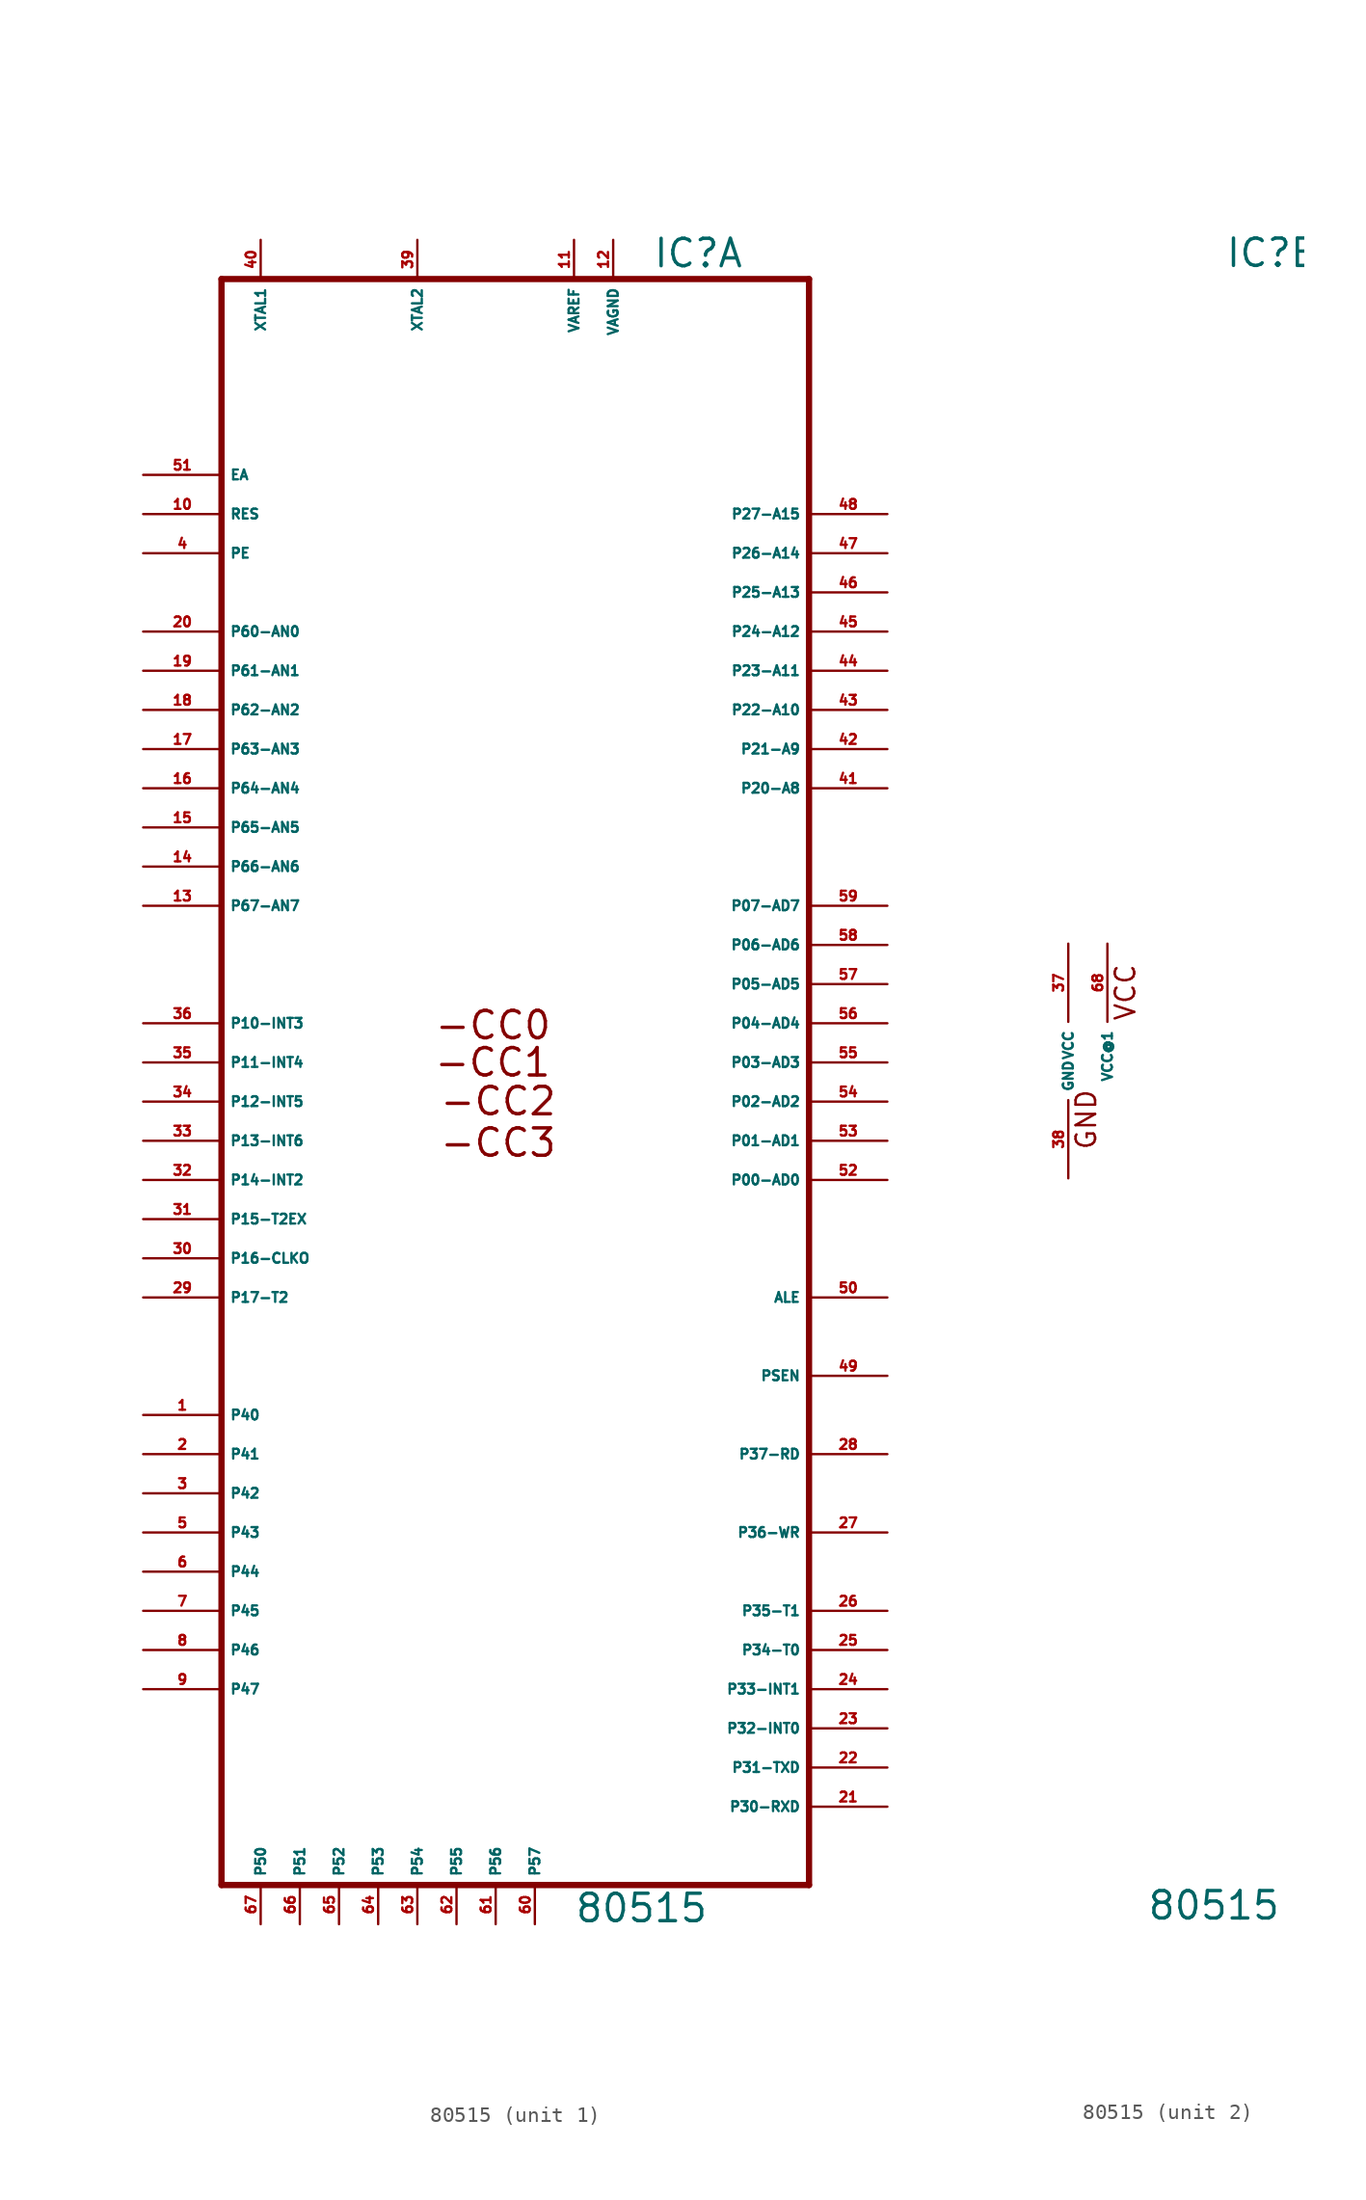
<source format=kicad_sym>
(kicad_symbol_lib
  (version 20220914)
  (generator Eagle2Kicad)
  (symbol "80515"
    (property "Reference" "IC"
      (at 10.16 51.435 0)
      (effects (font (size 1.778 1.778) (thickness 0.22)) (justify left bottom)))
    (property "Value" "80515"
      (at 5.08 -55.88 0)
      (effects (font (size 1.778 1.778) (thickness 0.22)) (justify left bottom)))
    (symbol "80515_1_0"
      (polyline (pts (xy 20.32 50.8) (xy 20.32 -53.34)) (stroke (width 0.406) (type default)) (fill (type none)))
      (polyline (pts (xy -17.78 -53.34) (xy 20.32 -53.34)) (stroke (width 0.406) (type default)) (fill (type none)))
      (polyline (pts (xy -17.78 -53.34) (xy -17.78 50.8)) (stroke (width 0.406) (type default)) (fill (type none)))
      (polyline (pts (xy 20.32 50.8) (xy -17.78 50.8)) (stroke (width 0.406) (type default)) (fill (type none)))
      (text "-CC0" (at -4.039 1.372 0) (effects (font (size 1.778 1.778) (thickness 0.22)) (justify left bottom)))
      (text "-CC1" (at -4.064 -1.041 0) (effects (font (size 1.778 1.778) (thickness 0.22)) (justify left bottom)))
      (text "-CC2" (at -3.708 -3.556 0) (effects (font (size 1.778 1.778) (thickness 0.22)) (justify left bottom)))
      (text "-CC3" (at -3.708 -6.248 0) (effects (font (size 1.778 1.778) (thickness 0.22)) (justify left bottom)))
      (pin input line (at -5.08 53.34 270) (length 2.54) (name "XTAL2" (effects (font (size 0.635 0.635) (thickness 0.08)) (justify left bottom))) (number "39" (effects (font (size 0.635 0.635) (thickness 0.08)) (justify left bottom))))
      (pin input line (at -15.24 53.34 270) (length 2.54) (name "XTAL1" (effects (font (size 0.635 0.635) (thickness 0.08)) (justify left bottom))) (number "40" (effects (font (size 0.635 0.635) (thickness 0.08)) (justify left bottom))))
      (pin input line (at -22.86 38.1 0) (length 5.08) (name "EA" (effects (font (size 0.635 0.635) (thickness 0.08)) (justify left bottom))) (number "51" (effects (font (size 0.635 0.635) (thickness 0.08)) (justify left bottom))))
      (pin bidirectional line (at 25.4 35.56 180) (length 5.08) (name "P27-A15" (effects (font (size 0.635 0.635) (thickness 0.08)) (justify left bottom))) (number "48" (effects (font (size 0.635 0.635) (thickness 0.08)) (justify left bottom))))
      (pin bidirectional line (at 25.4 33.02 180) (length 5.08) (name "P26-A14" (effects (font (size 0.635 0.635) (thickness 0.08)) (justify left bottom))) (number "47" (effects (font (size 0.635 0.635) (thickness 0.08)) (justify left bottom))))
      (pin bidirectional line (at 25.4 30.48 180) (length 5.08) (name "P25-A13" (effects (font (size 0.635 0.635) (thickness 0.08)) (justify left bottom))) (number "46" (effects (font (size 0.635 0.635) (thickness 0.08)) (justify left bottom))))
      (pin bidirectional line (at 25.4 27.94 180) (length 5.08) (name "P24-A12" (effects (font (size 0.635 0.635) (thickness 0.08)) (justify left bottom))) (number "45" (effects (font (size 0.635 0.635) (thickness 0.08)) (justify left bottom))))
      (pin bidirectional line (at 25.4 25.4 180) (length 5.08) (name "P23-A11" (effects (font (size 0.635 0.635) (thickness 0.08)) (justify left bottom))) (number "44" (effects (font (size 0.635 0.635) (thickness 0.08)) (justify left bottom))))
      (pin bidirectional line (at 25.4 22.86 180) (length 5.08) (name "P22-A10" (effects (font (size 0.635 0.635) (thickness 0.08)) (justify left bottom))) (number "43" (effects (font (size 0.635 0.635) (thickness 0.08)) (justify left bottom))))
      (pin bidirectional line (at 25.4 20.32 180) (length 5.08) (name "P21-A9" (effects (font (size 0.635 0.635) (thickness 0.08)) (justify left bottom))) (number "42" (effects (font (size 0.635 0.635) (thickness 0.08)) (justify left bottom))))
      (pin bidirectional line (at 25.4 17.78 180) (length 5.08) (name "P20-A8" (effects (font (size 0.635 0.635) (thickness 0.08)) (justify left bottom))) (number "41" (effects (font (size 0.635 0.635) (thickness 0.08)) (justify left bottom))))
      (pin bidirectional line (at 25.4 10.16 180) (length 5.08) (name "P07-AD7" (effects (font (size 0.635 0.635) (thickness 0.08)) (justify left bottom))) (number "59" (effects (font (size 0.635 0.635) (thickness 0.08)) (justify left bottom))))
      (pin bidirectional line (at 25.4 7.62 180) (length 5.08) (name "P06-AD6" (effects (font (size 0.635 0.635) (thickness 0.08)) (justify left bottom))) (number "58" (effects (font (size 0.635 0.635) (thickness 0.08)) (justify left bottom))))
      (pin bidirectional line (at 25.4 5.08 180) (length 5.08) (name "P05-AD5" (effects (font (size 0.635 0.635) (thickness 0.08)) (justify left bottom))) (number "57" (effects (font (size 0.635 0.635) (thickness 0.08)) (justify left bottom))))
      (pin bidirectional line (at 25.4 2.54 180) (length 5.08) (name "P04-AD4" (effects (font (size 0.635 0.635) (thickness 0.08)) (justify left bottom))) (number "56" (effects (font (size 0.635 0.635) (thickness 0.08)) (justify left bottom))))
      (pin bidirectional line (at 25.4 0 180) (length 5.08) (name "P03-AD3" (effects (font (size 0.635 0.635) (thickness 0.08)) (justify left bottom))) (number "55" (effects (font (size 0.635 0.635) (thickness 0.08)) (justify left bottom))))
      (pin bidirectional line (at 25.4 -2.54 180) (length 5.08) (name "P02-AD2" (effects (font (size 0.635 0.635) (thickness 0.08)) (justify left bottom))) (number "54" (effects (font (size 0.635 0.635) (thickness 0.08)) (justify left bottom))))
      (pin bidirectional line (at 25.4 -5.08 180) (length 5.08) (name "P01-AD1" (effects (font (size 0.635 0.635) (thickness 0.08)) (justify left bottom))) (number "53" (effects (font (size 0.635 0.635) (thickness 0.08)) (justify left bottom))))
      (pin bidirectional line (at 25.4 -7.62 180) (length 5.08) (name "P00-AD0" (effects (font (size 0.635 0.635) (thickness 0.08)) (justify left bottom))) (number "52" (effects (font (size 0.635 0.635) (thickness 0.08)) (justify left bottom))))
      (pin output line (at 25.4 -15.24 180) (length 5.08) (name "ALE" (effects (font (size 0.635 0.635) (thickness 0.08)) (justify left bottom))) (number "50" (effects (font (size 0.635 0.635) (thickness 0.08)) (justify left bottom))))
      (pin output line (at 25.4 -20.32 180) (length 5.08) (name "PSEN" (effects (font (size 0.635 0.635) (thickness 0.08)) (justify left bottom))) (number "49" (effects (font (size 0.635 0.635) (thickness 0.08)) (justify left bottom))))
      (pin bidirectional line (at 25.4 -25.4 180) (length 5.08) (name "P37-RD" (effects (font (size 0.635 0.635) (thickness 0.08)) (justify left bottom))) (number "28" (effects (font (size 0.635 0.635) (thickness 0.08)) (justify left bottom))))
      (pin bidirectional line (at 25.4 -30.48 180) (length 5.08) (name "P36-WR" (effects (font (size 0.635 0.635) (thickness 0.08)) (justify left bottom))) (number "27" (effects (font (size 0.635 0.635) (thickness 0.08)) (justify left bottom))))
      (pin bidirectional line (at -22.86 0 0) (length 5.08) (name "P11-INT4" (effects (font (size 0.635 0.635) (thickness 0.08)) (justify left bottom))) (number "35" (effects (font (size 0.635 0.635) (thickness 0.08)) (justify left bottom))))
      (pin input line (at -22.86 35.56 0) (length 5.08) (name "RES" (effects (font (size 0.635 0.635) (thickness 0.08)) (justify left bottom))) (number "10" (effects (font (size 0.635 0.635) (thickness 0.08)) (justify left bottom))))
      (pin bidirectional line (at -22.86 -5.08 0) (length 5.08) (name "P13-INT6" (effects (font (size 0.635 0.635) (thickness 0.08)) (justify left bottom))) (number "33" (effects (font (size 0.635 0.635) (thickness 0.08)) (justify left bottom))))
      (pin bidirectional line (at -22.86 -7.62 0) (length 5.08) (name "P14-INT2" (effects (font (size 0.635 0.635) (thickness 0.08)) (justify left bottom))) (number "32" (effects (font (size 0.635 0.635) (thickness 0.08)) (justify left bottom))))
      (pin bidirectional line (at -22.86 -10.16 0) (length 5.08) (name "P15-T2EX" (effects (font (size 0.635 0.635) (thickness 0.08)) (justify left bottom))) (number "31" (effects (font (size 0.635 0.635) (thickness 0.08)) (justify left bottom))))
      (pin bidirectional line (at -22.86 -12.7 0) (length 5.08) (name "P16-CLKO" (effects (font (size 0.635 0.635) (thickness 0.08)) (justify left bottom))) (number "30" (effects (font (size 0.635 0.635) (thickness 0.08)) (justify left bottom))))
      (pin bidirectional line (at -22.86 -15.24 0) (length 5.08) (name "P17-T2" (effects (font (size 0.635 0.635) (thickness 0.08)) (justify left bottom))) (number "29" (effects (font (size 0.635 0.635) (thickness 0.08)) (justify left bottom))))
      (pin bidirectional line (at 25.4 -48.26 180) (length 5.08) (name "P30-RXD" (effects (font (size 0.635 0.635) (thickness 0.08)) (justify left bottom))) (number "21" (effects (font (size 0.635 0.635) (thickness 0.08)) (justify left bottom))))
      (pin bidirectional line (at 25.4 -45.72 180) (length 5.08) (name "P31-TXD" (effects (font (size 0.635 0.635) (thickness 0.08)) (justify left bottom))) (number "22" (effects (font (size 0.635 0.635) (thickness 0.08)) (justify left bottom))))
      (pin bidirectional line (at 25.4 -43.18 180) (length 5.08) (name "P32-INT0" (effects (font (size 0.635 0.635) (thickness 0.08)) (justify left bottom))) (number "23" (effects (font (size 0.635 0.635) (thickness 0.08)) (justify left bottom))))
      (pin bidirectional line (at 25.4 -40.64 180) (length 5.08) (name "P33-INT1" (effects (font (size 0.635 0.635) (thickness 0.08)) (justify left bottom))) (number "24" (effects (font (size 0.635 0.635) (thickness 0.08)) (justify left bottom))))
      (pin bidirectional line (at 25.4 -38.1 180) (length 5.08) (name "P34-T0" (effects (font (size 0.635 0.635) (thickness 0.08)) (justify left bottom))) (number "25" (effects (font (size 0.635 0.635) (thickness 0.08)) (justify left bottom))))
      (pin bidirectional line (at 25.4 -35.56 180) (length 5.08) (name "P35-T1" (effects (font (size 0.635 0.635) (thickness 0.08)) (justify left bottom))) (number "26" (effects (font (size 0.635 0.635) (thickness 0.08)) (justify left bottom))))
      (pin bidirectional line (at -22.86 -2.54 0) (length 5.08) (name "P12-INT5" (effects (font (size 0.635 0.635) (thickness 0.08)) (justify left bottom))) (number "34" (effects (font (size 0.635 0.635) (thickness 0.08)) (justify left bottom))))
      (pin bidirectional line (at -22.86 2.54 0) (length 5.08) (name "P10-INT3" (effects (font (size 0.635 0.635) (thickness 0.08)) (justify left bottom))) (number "36" (effects (font (size 0.635 0.635) (thickness 0.08)) (justify left bottom))))
      (pin bidirectional line (at 0 -55.88 90) (length 2.54) (name "P56" (effects (font (size 0.635 0.635) (thickness 0.08)) (justify left bottom))) (number "61" (effects (font (size 0.635 0.635) (thickness 0.08)) (justify left bottom))))
      (pin bidirectional line (at -2.54 -55.88 90) (length 2.54) (name "P55" (effects (font (size 0.635 0.635) (thickness 0.08)) (justify left bottom))) (number "62" (effects (font (size 0.635 0.635) (thickness 0.08)) (justify left bottom))))
      (pin bidirectional line (at -5.08 -55.88 90) (length 2.54) (name "P54" (effects (font (size 0.635 0.635) (thickness 0.08)) (justify left bottom))) (number "63" (effects (font (size 0.635 0.635) (thickness 0.08)) (justify left bottom))))
      (pin bidirectional line (at -7.62 -55.88 90) (length 2.54) (name "P53" (effects (font (size 0.635 0.635) (thickness 0.08)) (justify left bottom))) (number "64" (effects (font (size 0.635 0.635) (thickness 0.08)) (justify left bottom))))
      (pin bidirectional line (at -10.16 -55.88 90) (length 2.54) (name "P52" (effects (font (size 0.635 0.635) (thickness 0.08)) (justify left bottom))) (number "65" (effects (font (size 0.635 0.635) (thickness 0.08)) (justify left bottom))))
      (pin bidirectional line (at -12.7 -55.88 90) (length 2.54) (name "P51" (effects (font (size 0.635 0.635) (thickness 0.08)) (justify left bottom))) (number "66" (effects (font (size 0.635 0.635) (thickness 0.08)) (justify left bottom))))
      (pin bidirectional line (at -15.24 -55.88 90) (length 2.54) (name "P50" (effects (font (size 0.635 0.635) (thickness 0.08)) (justify left bottom))) (number "67" (effects (font (size 0.635 0.635) (thickness 0.08)) (justify left bottom))))
      (pin input line (at -22.86 27.94 0) (length 5.08) (name "P60-AN0" (effects (font (size 0.635 0.635) (thickness 0.08)) (justify left bottom))) (number "20" (effects (font (size 0.635 0.635) (thickness 0.08)) (justify left bottom))))
      (pin input line (at -22.86 25.4 0) (length 5.08) (name "P61-AN1" (effects (font (size 0.635 0.635) (thickness 0.08)) (justify left bottom))) (number "19" (effects (font (size 0.635 0.635) (thickness 0.08)) (justify left bottom))))
      (pin input line (at -22.86 22.86 0) (length 5.08) (name "P62-AN2" (effects (font (size 0.635 0.635) (thickness 0.08)) (justify left bottom))) (number "18" (effects (font (size 0.635 0.635) (thickness 0.08)) (justify left bottom))))
      (pin input line (at -22.86 20.32 0) (length 5.08) (name "P63-AN3" (effects (font (size 0.635 0.635) (thickness 0.08)) (justify left bottom))) (number "17" (effects (font (size 0.635 0.635) (thickness 0.08)) (justify left bottom))))
      (pin input line (at -22.86 17.78 0) (length 5.08) (name "P64-AN4" (effects (font (size 0.635 0.635) (thickness 0.08)) (justify left bottom))) (number "16" (effects (font (size 0.635 0.635) (thickness 0.08)) (justify left bottom))))
      (pin input line (at -22.86 15.24 0) (length 5.08) (name "P65-AN5" (effects (font (size 0.635 0.635) (thickness 0.08)) (justify left bottom))) (number "15" (effects (font (size 0.635 0.635) (thickness 0.08)) (justify left bottom))))
      (pin input line (at -22.86 12.7 0) (length 5.08) (name "P66-AN6" (effects (font (size 0.635 0.635) (thickness 0.08)) (justify left bottom))) (number "14" (effects (font (size 0.635 0.635) (thickness 0.08)) (justify left bottom))))
      (pin input line (at -22.86 10.16 0) (length 5.08) (name "P67-AN7" (effects (font (size 0.635 0.635) (thickness 0.08)) (justify left bottom))) (number "13" (effects (font (size 0.635 0.635) (thickness 0.08)) (justify left bottom))))
      (pin bidirectional line (at -22.86 -22.86 0) (length 5.08) (name "P40" (effects (font (size 0.635 0.635) (thickness 0.08)) (justify left bottom))) (number "1" (effects (font (size 0.635 0.635) (thickness 0.08)) (justify left bottom))))
      (pin bidirectional line (at -22.86 -25.4 0) (length 5.08) (name "P41" (effects (font (size 0.635 0.635) (thickness 0.08)) (justify left bottom))) (number "2" (effects (font (size 0.635 0.635) (thickness 0.08)) (justify left bottom))))
      (pin bidirectional line (at -22.86 -27.94 0) (length 5.08) (name "P42" (effects (font (size 0.635 0.635) (thickness 0.08)) (justify left bottom))) (number "3" (effects (font (size 0.635 0.635) (thickness 0.08)) (justify left bottom))))
      (pin bidirectional line (at -22.86 -30.48 0) (length 5.08) (name "P43" (effects (font (size 0.635 0.635) (thickness 0.08)) (justify left bottom))) (number "5" (effects (font (size 0.635 0.635) (thickness 0.08)) (justify left bottom))))
      (pin bidirectional line (at -22.86 -33.02 0) (length 5.08) (name "P44" (effects (font (size 0.635 0.635) (thickness 0.08)) (justify left bottom))) (number "6" (effects (font (size 0.635 0.635) (thickness 0.08)) (justify left bottom))))
      (pin bidirectional line (at -22.86 -35.56 0) (length 5.08) (name "P45" (effects (font (size 0.635 0.635) (thickness 0.08)) (justify left bottom))) (number "7" (effects (font (size 0.635 0.635) (thickness 0.08)) (justify left bottom))))
      (pin bidirectional line (at -22.86 -38.1 0) (length 5.08) (name "P46" (effects (font (size 0.635 0.635) (thickness 0.08)) (justify left bottom))) (number "8" (effects (font (size 0.635 0.635) (thickness 0.08)) (justify left bottom))))
      (pin bidirectional line (at -22.86 -40.64 0) (length 5.08) (name "P47" (effects (font (size 0.635 0.635) (thickness 0.08)) (justify left bottom))) (number "9" (effects (font (size 0.635 0.635) (thickness 0.08)) (justify left bottom))))
      (pin bidirectional line (at 2.54 -55.88 90) (length 2.54) (name "P57" (effects (font (size 0.635 0.635) (thickness 0.08)) (justify left bottom))) (number "60" (effects (font (size 0.635 0.635) (thickness 0.08)) (justify left bottom))))
      (pin input line (at -22.86 33.02 0) (length 5.08) (name "PE" (effects (font (size 0.635 0.635) (thickness 0.08)) (justify left bottom))) (number "4" (effects (font (size 0.635 0.635) (thickness 0.08)) (justify left bottom))))
      (pin unspecified line (at 7.62 53.34 270) (length 2.54) (name "VAGND" (effects (font (size 0.635 0.635) (thickness 0.08)) (justify left bottom))) (number "12" (effects (font (size 0.635 0.635) (thickness 0.08)) (justify left bottom))))
      (pin unspecified line (at 5.08 53.34 270) (length 2.54) (name "VAREF" (effects (font (size 0.635 0.635) (thickness 0.08)) (justify left bottom))) (number "11" (effects (font (size 0.635 0.635) (thickness 0.08)) (justify left bottom)))))
    (symbol "80515_2_0"
      (text "VCC" (at 4.445 2.54 900) (effects (font (size 1.27 1.27) (thickness 0.16)) (justify left bottom)))
      (text "GND" (at 1.905 -5.842 900) (effects (font (size 1.27 1.27) (thickness 0.16)) (justify left bottom)))
      (pin unspecified line (at 0 7.62 270) (length 5.08) (name "VCC" (effects (font (size 0.635 0.635) (thickness 0.08)) (justify left bottom))) (number "37" (effects (font (size 0.635 0.635) (thickness 0.08)) (justify left bottom))))
      (pin unspecified line (at 0 -7.62 90) (length 5.08) (name "GND" (effects (font (size 0.635 0.635) (thickness 0.08)) (justify left bottom))) (number "38" (effects (font (size 0.635 0.635) (thickness 0.08)) (justify left bottom))))
      (pin unspecified line (at 2.54 7.62 270) (length 5.08) (name "VCC@1" (effects (font (size 0.635 0.635) (thickness 0.08)) (justify left bottom))) (number "68" (effects (font (size 0.635 0.635) (thickness 0.08)) (justify left bottom)))))))
</source>
